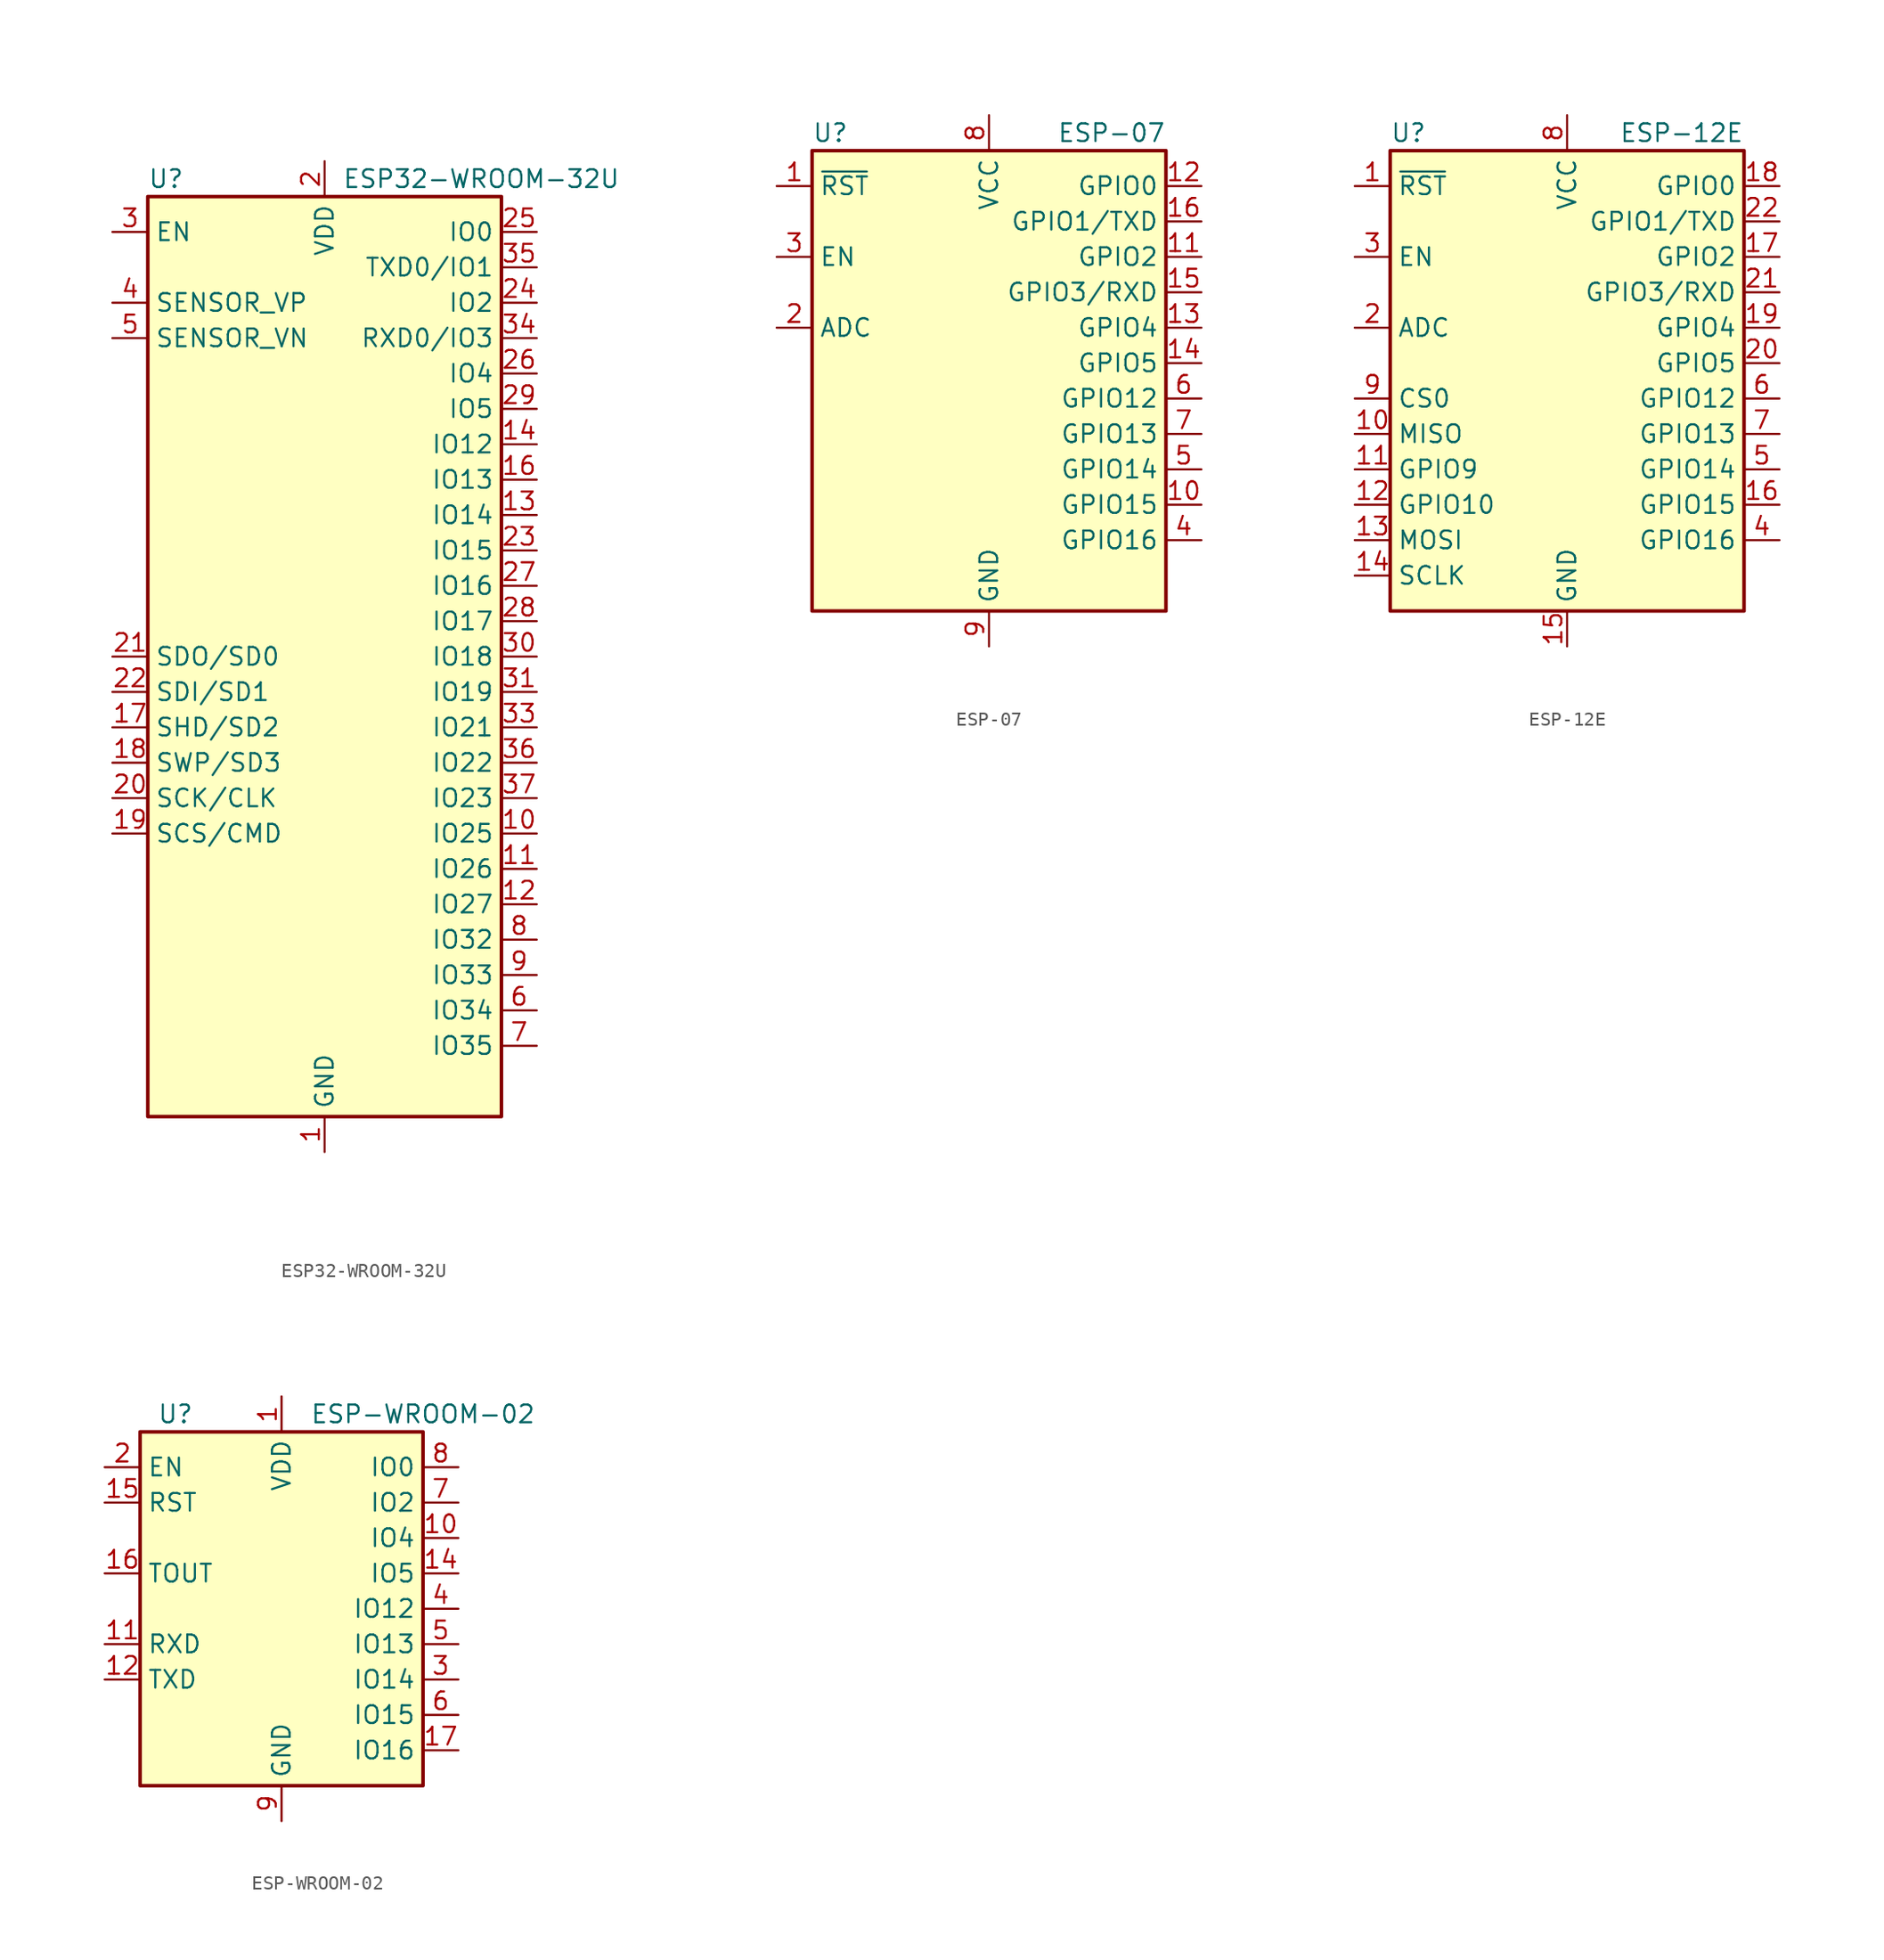
<source format=kicad_sym>
(kicad_symbol_lib
  (version 20211014)
  (generator kicad_symbol_editor)
  (symbol "ESP32-WROOM-32U"
    (property "Reference" "U"
      (at -12.7 34.29 0)
      (effects (font (size 1.27 1.27)) (justify left)))
    (property "Value" "ESP32-WROOM-32U"
      (at 1.27 34.29 0)
      (effects (font (size 1.27 1.27)) (justify left)))
    (symbol "ESP32-WROOM-32U_0_1"
      (rectangle (start -12.7 33.02) (end 12.7 -33.02) (stroke (width 0.254) (type default) (color 0 0 0 0)) (fill (type background))))
    (symbol "ESP32-WROOM-32U_1_1"
      (pin power_in line (at 0 -35.56 90) (length 2.54) (name "GND" (effects (font (size 1.27 1.27)))) (number "1" (effects (font (size 1.27 1.27)))))
      (pin bidirectional line (at 15.24 -12.7 180) (length 2.54) (name "IO25" (effects (font (size 1.27 1.27)))) (number "10" (effects (font (size 1.27 1.27)))))
      (pin bidirectional line (at 15.24 -15.24 180) (length 2.54) (name "IO26" (effects (font (size 1.27 1.27)))) (number "11" (effects (font (size 1.27 1.27)))))
      (pin bidirectional line (at 15.24 -17.78 180) (length 2.54) (name "IO27" (effects (font (size 1.27 1.27)))) (number "12" (effects (font (size 1.27 1.27)))))
      (pin bidirectional line (at 15.24 10.16 180) (length 2.54) (name "IO14" (effects (font (size 1.27 1.27)))) (number "13" (effects (font (size 1.27 1.27)))))
      (pin bidirectional line (at 15.24 15.24 180) (length 2.54) (name "IO12" (effects (font (size 1.27 1.27)))) (number "14" (effects (font (size 1.27 1.27)))))
      (pin passive line (at 0 -35.56 90) (length 2.54) hide (name "GND" (effects (font (size 1.27 1.27)))) (number "15" (effects (font (size 1.27 1.27)))))
      (pin bidirectional line (at 15.24 12.7 180) (length 2.54) (name "IO13" (effects (font (size 1.27 1.27)))) (number "16" (effects (font (size 1.27 1.27)))))
      (pin bidirectional line (at -15.24 -5.08 0) (length 2.54) (name "SHD/SD2" (effects (font (size 1.27 1.27)))) (number "17" (effects (font (size 1.27 1.27)))))
      (pin bidirectional line (at -15.24 -7.62 0) (length 2.54) (name "SWP/SD3" (effects (font (size 1.27 1.27)))) (number "18" (effects (font (size 1.27 1.27)))))
      (pin bidirectional line (at -15.24 -12.7 0) (length 2.54) (name "SCS/CMD" (effects (font (size 1.27 1.27)))) (number "19" (effects (font (size 1.27 1.27)))))
      (pin power_in line (at 0 35.56 270) (length 2.54) (name "VDD" (effects (font (size 1.27 1.27)))) (number "2" (effects (font (size 1.27 1.27)))))
      (pin bidirectional line (at -15.24 -10.16 0) (length 2.54) (name "SCK/CLK" (effects (font (size 1.27 1.27)))) (number "20" (effects (font (size 1.27 1.27)))))
      (pin bidirectional line (at -15.24 0 0) (length 2.54) (name "SDO/SD0" (effects (font (size 1.27 1.27)))) (number "21" (effects (font (size 1.27 1.27)))))
      (pin bidirectional line (at -15.24 -2.54 0) (length 2.54) (name "SDI/SD1" (effects (font (size 1.27 1.27)))) (number "22" (effects (font (size 1.27 1.27)))))
      (pin bidirectional line (at 15.24 7.62 180) (length 2.54) (name "IO15" (effects (font (size 1.27 1.27)))) (number "23" (effects (font (size 1.27 1.27)))))
      (pin bidirectional line (at 15.24 25.4 180) (length 2.54) (name "IO2" (effects (font (size 1.27 1.27)))) (number "24" (effects (font (size 1.27 1.27)))))
      (pin bidirectional line (at 15.24 30.48 180) (length 2.54) (name "IO0" (effects (font (size 1.27 1.27)))) (number "25" (effects (font (size 1.27 1.27)))))
      (pin bidirectional line (at 15.24 20.32 180) (length 2.54) (name "IO4" (effects (font (size 1.27 1.27)))) (number "26" (effects (font (size 1.27 1.27)))))
      (pin bidirectional line (at 15.24 5.08 180) (length 2.54) (name "IO16" (effects (font (size 1.27 1.27)))) (number "27" (effects (font (size 1.27 1.27)))))
      (pin bidirectional line (at 15.24 2.54 180) (length 2.54) (name "IO17" (effects (font (size 1.27 1.27)))) (number "28" (effects (font (size 1.27 1.27)))))
      (pin bidirectional line (at 15.24 17.78 180) (length 2.54) (name "IO5" (effects (font (size 1.27 1.27)))) (number "29" (effects (font (size 1.27 1.27)))))
      (pin input line (at -15.24 30.48 0) (length 2.54) (name "EN" (effects (font (size 1.27 1.27)))) (number "3" (effects (font (size 1.27 1.27)))))
      (pin bidirectional line (at 15.24 0 180) (length 2.54) (name "IO18" (effects (font (size 1.27 1.27)))) (number "30" (effects (font (size 1.27 1.27)))))
      (pin bidirectional line (at 15.24 -2.54 180) (length 2.54) (name "IO19" (effects (font (size 1.27 1.27)))) (number "31" (effects (font (size 1.27 1.27)))))
      (pin no_connect line (at -12.7 -27.94 0) (length 2.54) hide (name "NC" (effects (font (size 1.27 1.27)))) (number "32" (effects (font (size 1.27 1.27)))))
      (pin bidirectional line (at 15.24 -5.08 180) (length 2.54) (name "IO21" (effects (font (size 1.27 1.27)))) (number "33" (effects (font (size 1.27 1.27)))))
      (pin bidirectional line (at 15.24 22.86 180) (length 2.54) (name "RXD0/IO3" (effects (font (size 1.27 1.27)))) (number "34" (effects (font (size 1.27 1.27)))))
      (pin bidirectional line (at 15.24 27.94 180) (length 2.54) (name "TXD0/IO1" (effects (font (size 1.27 1.27)))) (number "35" (effects (font (size 1.27 1.27)))))
      (pin bidirectional line (at 15.24 -7.62 180) (length 2.54) (name "IO22" (effects (font (size 1.27 1.27)))) (number "36" (effects (font (size 1.27 1.27)))))
      (pin bidirectional line (at 15.24 -10.16 180) (length 2.54) (name "IO23" (effects (font (size 1.27 1.27)))) (number "37" (effects (font (size 1.27 1.27)))))
      (pin passive line (at 0 -35.56 90) (length 2.54) hide (name "GND" (effects (font (size 1.27 1.27)))) (number "38" (effects (font (size 1.27 1.27)))))
      (pin passive line (at 0 -35.56 90) (length 2.54) hide (name "GND" (effects (font (size 1.27 1.27)))) (number "39" (effects (font (size 1.27 1.27)))))
      (pin input line (at -15.24 25.4 0) (length 2.54) (name "SENSOR_VP" (effects (font (size 1.27 1.27)))) (number "4" (effects (font (size 1.27 1.27)))))
      (pin input line (at -15.24 22.86 0) (length 2.54) (name "SENSOR_VN" (effects (font (size 1.27 1.27)))) (number "5" (effects (font (size 1.27 1.27)))))
      (pin input line (at 15.24 -25.4 180) (length 2.54) (name "IO34" (effects (font (size 1.27 1.27)))) (number "6" (effects (font (size 1.27 1.27)))))
      (pin input line (at 15.24 -27.94 180) (length 2.54) (name "IO35" (effects (font (size 1.27 1.27)))) (number "7" (effects (font (size 1.27 1.27)))))
      (pin bidirectional line (at 15.24 -20.32 180) (length 2.54) (name "IO32" (effects (font (size 1.27 1.27)))) (number "8" (effects (font (size 1.27 1.27)))))
      (pin bidirectional line (at 15.24 -22.86 180) (length 2.54) (name "IO33" (effects (font (size 1.27 1.27)))) (number "9" (effects (font (size 1.27 1.27)))))))
  (symbol "ESP-07"
    (property "Reference" "U"
      (at -12.7 19.05 0)
      (effects (font (size 1.27 1.27)) (justify left)))
    (property "Value" "ESP-07"
      (at 12.7 19.05 0)
      (effects (font (size 1.27 1.27)) (justify right)))
    (symbol "ESP-07_0_1"
      (rectangle (start -12.7 17.78) (end 12.7 -15.24) (stroke (width 0.254) (type default) (color 0 0 0 0)) (fill (type background))))
    (symbol "ESP-07_1_1"
      (pin input line (at -15.24 15.24 0) (length 2.54) (name "~{RST}" (effects (font (size 1.27 1.27)))) (number "1" (effects (font (size 1.27 1.27)))))
      (pin bidirectional line (at 15.24 -7.62 180) (length 2.54) (name "GPIO15" (effects (font (size 1.27 1.27)))) (number "10" (effects (font (size 1.27 1.27)))))
      (pin bidirectional line (at 15.24 10.16 180) (length 2.54) (name "GPIO2" (effects (font (size 1.27 1.27)))) (number "11" (effects (font (size 1.27 1.27)))))
      (pin bidirectional line (at 15.24 15.24 180) (length 2.54) (name "GPIO0" (effects (font (size 1.27 1.27)))) (number "12" (effects (font (size 1.27 1.27)))))
      (pin bidirectional line (at 15.24 5.08 180) (length 2.54) (name "GPIO4" (effects (font (size 1.27 1.27)))) (number "13" (effects (font (size 1.27 1.27)))))
      (pin bidirectional line (at 15.24 2.54 180) (length 2.54) (name "GPIO5" (effects (font (size 1.27 1.27)))) (number "14" (effects (font (size 1.27 1.27)))))
      (pin bidirectional line (at 15.24 7.62 180) (length 2.54) (name "GPIO3/RXD" (effects (font (size 1.27 1.27)))) (number "15" (effects (font (size 1.27 1.27)))))
      (pin bidirectional line (at 15.24 12.7 180) (length 2.54) (name "GPIO1/TXD" (effects (font (size 1.27 1.27)))) (number "16" (effects (font (size 1.27 1.27)))))
      (pin input line (at -15.24 5.08 0) (length 2.54) (name "ADC" (effects (font (size 1.27 1.27)))) (number "2" (effects (font (size 1.27 1.27)))))
      (pin input line (at -15.24 10.16 0) (length 2.54) (name "EN" (effects (font (size 1.27 1.27)))) (number "3" (effects (font (size 1.27 1.27)))))
      (pin bidirectional line (at 15.24 -10.16 180) (length 2.54) (name "GPIO16" (effects (font (size 1.27 1.27)))) (number "4" (effects (font (size 1.27 1.27)))))
      (pin bidirectional line (at 15.24 -5.08 180) (length 2.54) (name "GPIO14" (effects (font (size 1.27 1.27)))) (number "5" (effects (font (size 1.27 1.27)))))
      (pin bidirectional line (at 15.24 0 180) (length 2.54) (name "GPIO12" (effects (font (size 1.27 1.27)))) (number "6" (effects (font (size 1.27 1.27)))))
      (pin bidirectional line (at 15.24 -2.54 180) (length 2.54) (name "GPIO13" (effects (font (size 1.27 1.27)))) (number "7" (effects (font (size 1.27 1.27)))))
      (pin power_in line (at 0 20.32 270) (length 2.54) (name "VCC" (effects (font (size 1.27 1.27)))) (number "8" (effects (font (size 1.27 1.27)))))
      (pin power_in line (at 0 -17.78 90) (length 2.54) (name "GND" (effects (font (size 1.27 1.27)))) (number "9" (effects (font (size 1.27 1.27)))))))
  (symbol "ESP-12E"
    (property "Reference" "U"
      (at -12.7 19.05 0)
      (effects (font (size 1.27 1.27)) (justify left)))
    (property "Value" "ESP-12E"
      (at 12.7 19.05 0)
      (effects (font (size 1.27 1.27)) (justify right)))
    (symbol "ESP-12E_0_1"
      (rectangle (start -12.7 17.78) (end 12.7 -15.24) (stroke (width 0.254) (type default) (color 0 0 0 0)) (fill (type background))))
    (symbol "ESP-12E_1_1"
      (pin input line (at -15.24 15.24 0) (length 2.54) (name "~{RST}" (effects (font (size 1.27 1.27)))) (number "1" (effects (font (size 1.27 1.27)))))
      (pin bidirectional line (at -15.24 -2.54 0) (length 2.54) (name "MISO" (effects (font (size 1.27 1.27)))) (number "10" (effects (font (size 1.27 1.27)))))
      (pin bidirectional line (at -15.24 -5.08 0) (length 2.54) (name "GPIO9" (effects (font (size 1.27 1.27)))) (number "11" (effects (font (size 1.27 1.27)))))
      (pin bidirectional line (at -15.24 -7.62 0) (length 2.54) (name "GPIO10" (effects (font (size 1.27 1.27)))) (number "12" (effects (font (size 1.27 1.27)))))
      (pin bidirectional line (at -15.24 -10.16 0) (length 2.54) (name "MOSI" (effects (font (size 1.27 1.27)))) (number "13" (effects (font (size 1.27 1.27)))))
      (pin bidirectional line (at -15.24 -12.7 0) (length 2.54) (name "SCLK" (effects (font (size 1.27 1.27)))) (number "14" (effects (font (size 1.27 1.27)))))
      (pin power_in line (at 0 -17.78 90) (length 2.54) (name "GND" (effects (font (size 1.27 1.27)))) (number "15" (effects (font (size 1.27 1.27)))))
      (pin bidirectional line (at 15.24 -7.62 180) (length 2.54) (name "GPIO15" (effects (font (size 1.27 1.27)))) (number "16" (effects (font (size 1.27 1.27)))))
      (pin bidirectional line (at 15.24 10.16 180) (length 2.54) (name "GPIO2" (effects (font (size 1.27 1.27)))) (number "17" (effects (font (size 1.27 1.27)))))
      (pin bidirectional line (at 15.24 15.24 180) (length 2.54) (name "GPIO0" (effects (font (size 1.27 1.27)))) (number "18" (effects (font (size 1.27 1.27)))))
      (pin bidirectional line (at 15.24 5.08 180) (length 2.54) (name "GPIO4" (effects (font (size 1.27 1.27)))) (number "19" (effects (font (size 1.27 1.27)))))
      (pin input line (at -15.24 5.08 0) (length 2.54) (name "ADC" (effects (font (size 1.27 1.27)))) (number "2" (effects (font (size 1.27 1.27)))))
      (pin bidirectional line (at 15.24 2.54 180) (length 2.54) (name "GPIO5" (effects (font (size 1.27 1.27)))) (number "20" (effects (font (size 1.27 1.27)))))
      (pin bidirectional line (at 15.24 7.62 180) (length 2.54) (name "GPIO3/RXD" (effects (font (size 1.27 1.27)))) (number "21" (effects (font (size 1.27 1.27)))))
      (pin bidirectional line (at 15.24 12.7 180) (length 2.54) (name "GPIO1/TXD" (effects (font (size 1.27 1.27)))) (number "22" (effects (font (size 1.27 1.27)))))
      (pin input line (at -15.24 10.16 0) (length 2.54) (name "EN" (effects (font (size 1.27 1.27)))) (number "3" (effects (font (size 1.27 1.27)))))
      (pin bidirectional line (at 15.24 -10.16 180) (length 2.54) (name "GPIO16" (effects (font (size 1.27 1.27)))) (number "4" (effects (font (size 1.27 1.27)))))
      (pin bidirectional line (at 15.24 -5.08 180) (length 2.54) (name "GPIO14" (effects (font (size 1.27 1.27)))) (number "5" (effects (font (size 1.27 1.27)))))
      (pin bidirectional line (at 15.24 0 180) (length 2.54) (name "GPIO12" (effects (font (size 1.27 1.27)))) (number "6" (effects (font (size 1.27 1.27)))))
      (pin bidirectional line (at 15.24 -2.54 180) (length 2.54) (name "GPIO13" (effects (font (size 1.27 1.27)))) (number "7" (effects (font (size 1.27 1.27)))))
      (pin power_in line (at 0 20.32 270) (length 2.54) (name "VCC" (effects (font (size 1.27 1.27)))) (number "8" (effects (font (size 1.27 1.27)))))
      (pin input line (at -15.24 0 0) (length 2.54) (name "CS0" (effects (font (size 1.27 1.27)))) (number "9" (effects (font (size 1.27 1.27)))))))
  (symbol "ESP-WROOM-02"
    (property "Reference" "U"
      (at -7.62 13.97 0)
      (effects (font (size 1.27 1.27))))
    (property "Value" "ESP-WROOM-02"
      (at 10.16 13.97 0)
      (effects (font (size 1.27 1.27))))
    (symbol "ESP-WROOM-02_0_1"
      (rectangle (start 10.16 12.7) (end -10.16 -12.7) (stroke (width 0.254) (type default) (color 0 0 0 0)) (fill (type background))))
    (symbol "ESP-WROOM-02_1_1"
      (pin power_in line (at 0 15.24 270) (length 2.54) (name "VDD" (effects (font (size 1.27 1.27)))) (number "1" (effects (font (size 1.27 1.27)))))
      (pin bidirectional line (at 12.7 5.08 180) (length 2.54) (name "IO4" (effects (font (size 1.27 1.27)))) (number "10" (effects (font (size 1.27 1.27)))))
      (pin bidirectional line (at -12.7 -2.54 0) (length 2.54) (name "RXD" (effects (font (size 1.27 1.27)))) (number "11" (effects (font (size 1.27 1.27)))))
      (pin bidirectional line (at -12.7 -5.08 0) (length 2.54) (name "TXD" (effects (font (size 1.27 1.27)))) (number "12" (effects (font (size 1.27 1.27)))))
      (pin passive line (at 0 -15.24 90) (length 2.54) hide (name "GND" (effects (font (size 1.27 1.27)))) (number "13" (effects (font (size 1.27 1.27)))))
      (pin bidirectional line (at 12.7 2.54 180) (length 2.54) (name "IO5" (effects (font (size 1.27 1.27)))) (number "14" (effects (font (size 1.27 1.27)))))
      (pin input line (at -12.7 7.62 0) (length 2.54) (name "RST" (effects (font (size 1.27 1.27)))) (number "15" (effects (font (size 1.27 1.27)))))
      (pin input line (at -12.7 2.54 0) (length 2.54) (name "TOUT" (effects (font (size 1.27 1.27)))) (number "16" (effects (font (size 1.27 1.27)))))
      (pin bidirectional line (at 12.7 -10.16 180) (length 2.54) (name "IO16" (effects (font (size 1.27 1.27)))) (number "17" (effects (font (size 1.27 1.27)))))
      (pin passive line (at 0 -15.24 90) (length 2.54) hide (name "GND" (effects (font (size 1.27 1.27)))) (number "18" (effects (font (size 1.27 1.27)))))
      (pin passive line (at 0 -15.24 90) (length 2.54) hide (name "GND" (effects (font (size 1.27 1.27)))) (number "19" (effects (font (size 1.27 1.27)))))
      (pin input line (at -12.7 10.16 0) (length 2.54) (name "EN" (effects (font (size 1.27 1.27)))) (number "2" (effects (font (size 1.27 1.27)))))
      (pin bidirectional line (at 12.7 -5.08 180) (length 2.54) (name "IO14" (effects (font (size 1.27 1.27)))) (number "3" (effects (font (size 1.27 1.27)))))
      (pin bidirectional line (at 12.7 0 180) (length 2.54) (name "IO12" (effects (font (size 1.27 1.27)))) (number "4" (effects (font (size 1.27 1.27)))))
      (pin bidirectional line (at 12.7 -2.54 180) (length 2.54) (name "IO13" (effects (font (size 1.27 1.27)))) (number "5" (effects (font (size 1.27 1.27)))))
      (pin bidirectional line (at 12.7 -7.62 180) (length 2.54) (name "IO15" (effects (font (size 1.27 1.27)))) (number "6" (effects (font (size 1.27 1.27)))))
      (pin bidirectional line (at 12.7 7.62 180) (length 2.54) (name "IO2" (effects (font (size 1.27 1.27)))) (number "7" (effects (font (size 1.27 1.27)))))
      (pin bidirectional line (at 12.7 10.16 180) (length 2.54) (name "IO0" (effects (font (size 1.27 1.27)))) (number "8" (effects (font (size 1.27 1.27)))))
      (pin power_in line (at 0 -15.24 90) (length 2.54) (name "GND" (effects (font (size 1.27 1.27)))) (number "9" (effects (font (size 1.27 1.27))))))))
</source>
